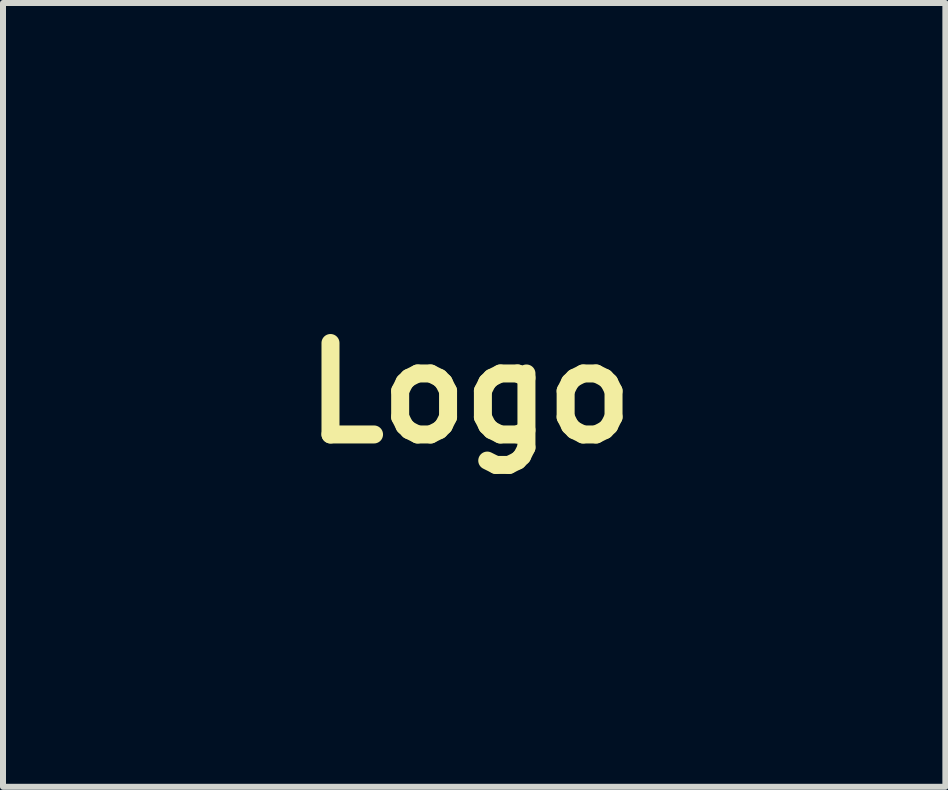
<source format=kicad_pcb>
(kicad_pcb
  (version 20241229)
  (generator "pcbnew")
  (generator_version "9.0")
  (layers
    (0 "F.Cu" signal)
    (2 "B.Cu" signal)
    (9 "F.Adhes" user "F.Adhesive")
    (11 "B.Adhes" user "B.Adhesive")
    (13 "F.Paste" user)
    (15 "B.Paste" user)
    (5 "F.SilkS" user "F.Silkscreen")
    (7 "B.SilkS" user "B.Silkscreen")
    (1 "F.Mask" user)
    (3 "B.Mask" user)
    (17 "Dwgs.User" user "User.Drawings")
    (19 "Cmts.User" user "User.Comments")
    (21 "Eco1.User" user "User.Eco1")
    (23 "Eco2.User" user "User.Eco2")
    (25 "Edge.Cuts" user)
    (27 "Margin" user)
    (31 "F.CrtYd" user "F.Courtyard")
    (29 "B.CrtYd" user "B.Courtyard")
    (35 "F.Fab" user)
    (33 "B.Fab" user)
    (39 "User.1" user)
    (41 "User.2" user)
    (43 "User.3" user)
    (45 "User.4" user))
  (footprint "Logo"
    (layer "F.Cu")
    (at 4.78 3.501)
    (property "Reference" "Logo" (at 0 0 0) (layer "F.SilkS") (effects (font (size 1.524 1.524) (thickness 0.3))))
    (attr through_hole)
    (fp_poly (pts (xy -0.026 -3.451) (xy 0.111 -3.293) (xy 0.303 -3.049) (xy 0.53 -2.749) (xy 0.771 -2.419) (xy 1.006 -2.086) (xy 1.215 -1.779) (xy 1.379 -1.526) (xy 1.477 -1.353) (xy 1.488 -1.327) (xy 1.492 -1.267) (xy 1.433 -1.226) (xy 1.285 -1.199) (xy 1.021 -1.181) (xy 0.616 -1.168) (xy 0.58 -1.167) (xy 0.16 -1.153) (xy -0.12 -1.135) (xy -0.289 -1.105) (xy -0.375 -1.061) (xy -0.407 -0.995) (xy -0.407 -0.995) (xy -0.405 -0.935) (xy -0.356 -0.894) (xy -0.234 -0.868) (xy -0.013 -0.854) (xy 0.332 -0.848) (xy 0.706 -0.847) (xy 1.848 -0.847) (xy 2.152 -0.433) (xy 2.313 -0.206) (xy 2.423 -0.036) (xy 2.455 0.033) (xy 2.376 0.053) (xy 2.162 0.07) (xy 1.847 0.081) (xy 1.524 0.085) (xy 1.116 0.087) (xy 0.849 0.096) (xy 0.692 0.118) (xy 0.617 0.158) (xy 0.594 0.222) (xy 0.593 0.254) (xy 0.603 0.328) (xy 0.655 0.377) (xy 0.778 0.405) (xy 1 0.419) (xy 1.351 0.423) (xy 1.518 0.423) (xy 1.919 0.43) (xy 2.275 0.45) (xy 2.541 0.478) (xy 2.654 0.503) (xy 2.821 0.617) (xy 3.018 0.822) (xy 3.127 0.966) (xy 3.391 1.349) (xy 2.521 1.373) (xy 2.129 1.386) (xy 1.876 1.404) (xy 1.732 1.434) (xy 1.667 1.482) (xy 1.651 1.555) (xy 1.651 1.566) (xy 1.662 1.638) (xy 1.715 1.688) (xy 1.836 1.722) (xy 2.054 1.746) (xy 2.395 1.766) (xy 2.685 1.778) (xy 3.719 1.82) (xy 4.32 2.688) (xy 4.921 3.556) (xy 0.042 3.556) (xy -1.024 3.555) (xy -1.932 3.553) (xy -2.692 3.549) (xy -3.315 3.543) (xy -3.812 3.535) (xy -4.193 3.525) (xy -4.469 3.511) (xy -4.65 3.495) (xy -4.749 3.476) (xy -4.775 3.453) (xy -4.773 3.45) (xy -4.756 3.424) (xy -4.572 3.424) (xy -4.49 3.433) (xy -4.254 3.441) (xy -3.879 3.449) (xy -3.38 3.456) (xy -2.774 3.461) (xy -2.074 3.466) (xy -1.297 3.469) (xy -0.458 3.471) (xy 0.081 3.471) (xy 4.734 3.471) (xy 4.175 2.666) (xy 3.952 2.353) (xy 3.765 2.104) (xy 3.633 1.944) (xy 3.576 1.899) (xy 3.605 1.98) (xy 3.715 2.166) (xy 3.885 2.427) (xy 4.018 2.62) (xy 4.499 3.302) (xy 0.034 3.302) (xy -0.816 3.301) (xy -1.611 3.299) (xy -2.336 3.295) (xy -2.976 3.29) (xy -3.515 3.284) (xy -3.938 3.277) (xy -4.229 3.269) (xy -4.373 3.261) (xy -4.386 3.257) (xy -4.294 3.248) (xy -4.05 3.24) (xy -3.669 3.233) (xy -3.167 3.227) (xy -2.56 3.222) (xy -1.865 3.218) (xy -1.097 3.216) (xy -0.273 3.216) (xy -0.053 3.216) (xy 0.781 3.216) (xy 1.561 3.214) (xy 2.272 3.21) (xy 2.898 3.205) (xy 3.422 3.198) (xy 3.829 3.19) (xy 4.103 3.182) (xy 4.227 3.172) (xy 4.233 3.169) (xy 4.188 3.081) (xy 4.068 2.889) (xy 3.893 2.627) (xy 3.799 2.49) (xy 3.366 1.863) (xy 2.45 1.863) (xy 2.046 1.86) (xy 1.778 1.85) (xy 1.618 1.826) (xy 1.531 1.781) (xy 1.488 1.711) (xy 1.479 1.684) (xy 1.459 1.514) (xy 1.539 1.395) (xy 1.737 1.319) (xy 2.07 1.277) (xy 2.426 1.263) (xy 3.201 1.249) (xy 2.976 0.924) (xy 2.829 0.731) (xy 2.714 0.613) (xy 2.682 0.596) (xy 2.681 0.653) (xy 2.762 0.8) (xy 2.797 0.852) (xy 2.906 1.029) (xy 2.941 1.144) (xy 2.936 1.156) (xy 2.868 1.121) (xy 2.749 0.979) (xy 2.694 0.898) (xy 2.498 0.595) (xy 1.562 0.594) (xy 1.09 0.585) (xy 0.764 0.557) (xy 0.56 0.502) (xy 0.454 0.415) (xy 0.423 0.288) (xy 0.423 0.285) (xy 0.484 0.106) (xy 0.674 -0.012) (xy 1.006 -0.073) (xy 1.318 -0.085) (xy 1.62 -0.091) (xy 1.843 -0.107) (xy 1.945 -0.131) (xy 1.947 -0.135) (xy 1.903 -0.231) (xy 1.793 -0.401) (xy 1.772 -0.431) (xy 1.62 -0.645) (xy 1.803 -0.645) (xy 1.824 -0.56) (xy 1.925 -0.392) (xy 1.991 -0.302) (xy 2.146 -0.112) (xy 2.248 -0.01) (xy 2.279 -0.011) (xy 2.235 -0.106) (xy 2.085 -0.343) (xy 1.941 -0.534) (xy 1.835 -0.639) (xy 1.803 -0.645) (xy 1.62 -0.645) (xy 1.597 -0.677) (xy 0.59 -0.677) (xy 0.158 -0.68) (xy -0.135 -0.69) (xy -0.321 -0.713) (xy -0.429 -0.753) (xy -0.49 -0.815) (xy -0.505 -0.841) (xy -0.553 -1.067) (xy -0.457 -1.242) (xy -0.308 -1.313) (xy -0.135 -1.336) (xy 0.148 -1.359) (xy 0.479 -1.375) (xy 0.487 -1.376) (xy 1.102 -1.397) (xy 0.548 -2.18) (xy 0.325 -2.491) (xy 0.139 -2.744) (xy 0.012 -2.91) (xy -0.037 -2.963) (xy -0.089 -2.895) (xy -0.226 -2.701) (xy -0.437 -2.395) (xy -0.714 -1.991) (xy -1.046 -1.504) (xy -1.424 -0.948) (xy -1.837 -0.336) (xy -2.122 0.085) (xy -2.553 0.723) (xy -2.955 1.314) (xy -3.319 1.844) (xy -3.634 2.299) (xy -3.89 2.664) (xy -4.078 2.927) (xy -4.188 3.072) (xy -4.213 3.096) (xy -4.177 3.02) (xy -4.055 2.822) (xy -3.862 2.519) (xy -3.607 2.128) (xy -3.303 1.667) (xy -2.961 1.152) (xy -2.594 0.602) (xy -2.212 0.034) (xy -1.827 -0.536) (xy -1.452 -1.089) (xy -1.097 -1.609) (xy -0.775 -2.078) (xy -0.496 -2.479) (xy -0.273 -2.795) (xy -0.117 -3.007) (xy -0.041 -3.1) (xy -0.037 -3.103) (xy 0.038 -3.046) (xy 0.184 -2.872) (xy 0.381 -2.608) (xy 0.609 -2.281) (xy 0.635 -2.243) (xy 0.865 -1.907) (xy 1.065 -1.63) (xy 1.214 -1.438) (xy 1.292 -1.358) (xy 1.295 -1.357) (xy 1.324 -1.361) (xy 1.328 -1.388) (xy 1.293 -1.459) (xy 1.21 -1.593) (xy 1.064 -1.811) (xy 0.843 -2.131) (xy 0.602 -2.48) (xy -0.023 -3.383) (xy -2.298 -0.003) (xy -2.752 0.673) (xy -3.176 1.305) (xy -3.56 1.881) (xy -3.896 2.386) (xy -4.174 2.806) (xy -4.386 3.129) (xy -4.521 3.339) (xy -4.572 3.423) (xy -4.572 3.424) (xy -4.756 3.424) (xy -4.707 3.348) (xy -4.559 3.125) (xy -4.34 2.798) (xy -4.062 2.382) (xy -3.734 1.895) (xy -3.37 1.353) (xy -2.979 0.772) (xy -2.573 0.17) (xy -2.164 -0.437) (xy -1.761 -1.033) (xy -1.378 -1.601) (xy -1.023 -2.125) (xy -0.71 -2.587) (xy -0.449 -2.972) (xy -0.25 -3.263) (xy -0.127 -3.443) (xy -0.089 -3.496) (xy -0.026 -3.451)) (stroke (width 0.01) (type solid)) (fill no) (layer "Eco2.User")))
  (gr_rect
    (start -3 -3)
    (end 12.705 10.062)
    (stroke (width 0.1) (type default))
    (fill no)
    (layer "Edge.Cuts")))
</source>
